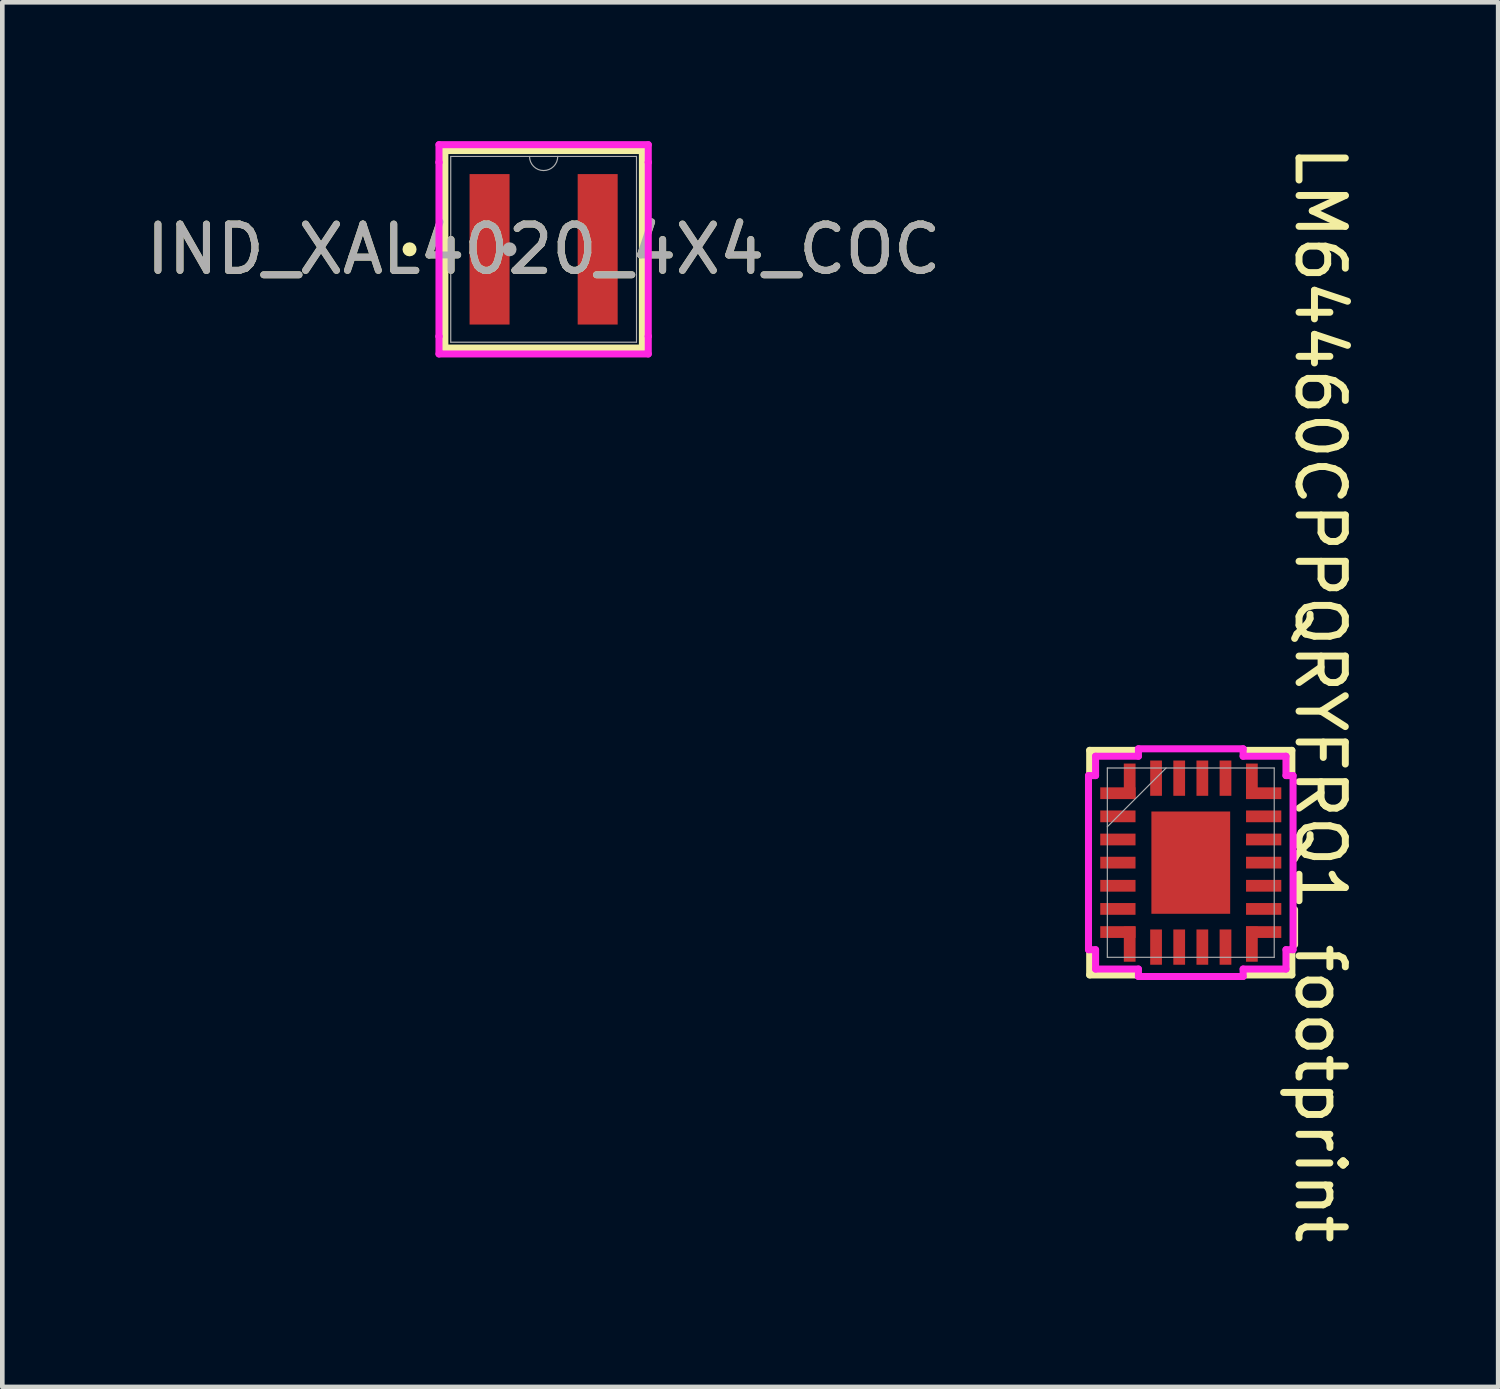
<source format=kicad_pcb>
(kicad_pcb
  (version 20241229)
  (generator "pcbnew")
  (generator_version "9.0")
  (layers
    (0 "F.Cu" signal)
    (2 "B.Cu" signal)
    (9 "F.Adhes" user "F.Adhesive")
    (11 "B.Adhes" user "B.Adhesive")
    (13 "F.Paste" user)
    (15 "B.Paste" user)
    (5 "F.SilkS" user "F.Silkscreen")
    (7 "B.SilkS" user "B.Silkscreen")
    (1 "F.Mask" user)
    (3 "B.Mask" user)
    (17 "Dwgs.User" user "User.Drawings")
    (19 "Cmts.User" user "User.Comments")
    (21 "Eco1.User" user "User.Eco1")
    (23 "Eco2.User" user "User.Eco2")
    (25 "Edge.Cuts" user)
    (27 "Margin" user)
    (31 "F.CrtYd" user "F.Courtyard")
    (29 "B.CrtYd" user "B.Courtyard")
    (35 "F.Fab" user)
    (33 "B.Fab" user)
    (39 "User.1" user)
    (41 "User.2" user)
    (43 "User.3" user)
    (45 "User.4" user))
  (footprint "IND_XAL4020_4X4_COC"
    (layer "F.Cu")
    (at 8.696 2.337)
    (property "Reference" "IND_XAL4020_4X4_COC" (at 0 0 0) (unlocked yes) (layer "F.SilkS") (effects (font (size 1 1) (thickness 0.15))))
    (attr smd)
    (fp_line (start -2.134 -2.134) (end -2.134 2.134) (stroke (width 0.152) (type solid)) (layer "F.SilkS"))
    (fp_line (start -2.134 2.134) (end 2.134 2.134) (stroke (width 0.152) (type solid)) (layer "F.SilkS"))
    (fp_line (start 2.134 -2.134) (end -2.134 -2.134) (stroke (width 0.152) (type solid)) (layer "F.SilkS"))
    (fp_line (start 2.134 2.134) (end 2.134 -2.134) (stroke (width 0.152) (type solid)) (layer "F.SilkS"))
    (fp_circle (center -2.897 0) (end -2.821 0) (stroke (width 0.152) (type solid)) (fill no) (layer "F.SilkS"))
    (fp_line (start -2.261 -2.261) (end 2.261 -2.261) (stroke (width 0.152) (type solid)) (layer "F.CrtYd"))
    (fp_line (start -2.261 -1.88) (end -2.261 -2.261) (stroke (width 0.152) (type solid)) (layer "F.CrtYd"))
    (fp_line (start -2.261 -1.88) (end -2.261 -1.88) (stroke (width 0.152) (type solid)) (layer "F.CrtYd"))
    (fp_line (start -2.261 1.88) (end -2.261 -1.88) (stroke (width 0.152) (type solid)) (layer "F.CrtYd"))
    (fp_line (start -2.261 1.88) (end -2.261 1.88) (stroke (width 0.152) (type solid)) (layer "F.CrtYd"))
    (fp_line (start -2.261 2.261) (end -2.261 1.88) (stroke (width 0.152) (type solid)) (layer "F.CrtYd"))
    (fp_line (start 2.261 -2.261) (end 2.261 -1.88) (stroke (width 0.152) (type solid)) (layer "F.CrtYd"))
    (fp_line (start 2.261 -1.88) (end 2.261 -1.88) (stroke (width 0.152) (type solid)) (layer "F.CrtYd"))
    (fp_line (start 2.261 -1.88) (end 2.261 1.88) (stroke (width 0.152) (type solid)) (layer "F.CrtYd"))
    (fp_line (start 2.261 1.88) (end 2.261 1.88) (stroke (width 0.152) (type solid)) (layer "F.CrtYd"))
    (fp_line (start 2.261 1.88) (end 2.261 2.261) (stroke (width 0.152) (type solid)) (layer "F.CrtYd"))
    (fp_line (start 2.261 2.261) (end -2.261 2.261) (stroke (width 0.152) (type solid)) (layer "F.CrtYd"))
    (fp_line (start -2.007 -2.007) (end -2.007 2.007) (stroke (width 0.025) (type solid)) (layer "F.Fab"))
    (fp_line (start -2.007 2.007) (end 2.007 2.007) (stroke (width 0.025) (type solid)) (layer "F.Fab"))
    (fp_line (start 2.007 -2.007) (end -2.007 -2.007) (stroke (width 0.025) (type solid)) (layer "F.Fab"))
    (fp_line (start 2.007 2.007) (end 2.007 -2.007) (stroke (width 0.025) (type solid)) (layer "F.Fab"))
    (fp_arc (start 0.3048 -2.0066) (mid 0 -1.7018) (end -0.3048 -2.0066) (stroke (width 0.0254) (type solid)) (layer "F.Fab"))
    (fp_circle (center -0.737 0) (end -0.737 0) (stroke (width 0.152) (type solid)) (fill no) (layer "F.Fab"))
    (fp_text user "${REFERENCE}" (at 0 0 0) (unlocked yes) (layer "F.Fab") (effects (font (size 1 1) (thickness 0.15))))
    (pad "1" smd rect (at -1.168 0) (size 0.864 3.251) (layers "F.Cu" "F.Mask" "F.Paste"))
    (pad "2" smd rect (at 1.168 0) (size 0.864 3.251) (layers "F.Cu" "F.Mask" "F.Paste")))
  (footprint "LM64460CPPQRYFRQ1_footprint"
    (layer "F.Cu")
    (at 22.679 15.589)
    (property "Reference" "LM64460CPPQRYFRQ1_footprint" (at 2.794 -3.63 270) (unlocked yes) (layer "F.SilkS") (effects (font (size 1 1) (thickness 0.15))))
    (attr smd)
    (fp_line (start -2.184 -2.426) (end -2.184 -1.869) (stroke (width 0.152) (type solid)) (layer "F.SilkS"))
    (fp_line (start -2.184 1.869) (end -2.184 2.426) (stroke (width 0.152) (type solid)) (layer "F.SilkS"))
    (fp_line (start -2.184 2.426) (end -1.127 2.426) (stroke (width 0.152) (type solid)) (layer "F.SilkS"))
    (fp_line (start -1.127 -2.426) (end -2.184 -2.426) (stroke (width 0.152) (type solid)) (layer "F.SilkS"))
    (fp_line (start 1.127 2.426) (end 2.184 2.426) (stroke (width 0.152) (type solid)) (layer "F.SilkS"))
    (fp_line (start 2.184 -2.426) (end 1.127 -2.426) (stroke (width 0.152) (type solid)) (layer "F.SilkS"))
    (fp_line (start 2.184 -1.869) (end 2.184 -2.426) (stroke (width 0.152) (type solid)) (layer "F.SilkS"))
    (fp_line (start 2.184 2.426) (end 2.184 1.869) (stroke (width 0.152) (type solid)) (layer "F.SilkS"))
    (fp_line (start -2.21 -1.881) (end -2.057 -1.881) (stroke (width 0.152) (type solid)) (layer "F.CrtYd"))
    (fp_line (start -2.21 1.881) (end -2.21 -1.881) (stroke (width 0.152) (type solid)) (layer "F.CrtYd"))
    (fp_line (start -2.057 -2.299) (end -1.131 -2.299) (stroke (width 0.152) (type solid)) (layer "F.CrtYd"))
    (fp_line (start -2.057 -1.881) (end -2.057 -2.299) (stroke (width 0.152) (type solid)) (layer "F.CrtYd"))
    (fp_line (start -2.057 1.881) (end -2.21 1.881) (stroke (width 0.152) (type solid)) (layer "F.CrtYd"))
    (fp_line (start -2.057 2.299) (end -2.057 1.881) (stroke (width 0.152) (type solid)) (layer "F.CrtYd"))
    (fp_line (start -1.131 -2.46) (end 1.131 -2.46) (stroke (width 0.152) (type solid)) (layer "F.CrtYd"))
    (fp_line (start -1.131 -2.299) (end -1.131 -2.46) (stroke (width 0.152) (type solid)) (layer "F.CrtYd"))
    (fp_line (start -1.131 2.299) (end -2.057 2.299) (stroke (width 0.152) (type solid)) (layer "F.CrtYd"))
    (fp_line (start -1.131 2.46) (end -1.131 2.299) (stroke (width 0.152) (type solid)) (layer "F.CrtYd"))
    (fp_line (start 1.131 -2.46) (end 1.131 -2.299) (stroke (width 0.152) (type solid)) (layer "F.CrtYd"))
    (fp_line (start 1.131 -2.299) (end 2.057 -2.299) (stroke (width 0.152) (type solid)) (layer "F.CrtYd"))
    (fp_line (start 1.131 2.299) (end 1.131 2.46) (stroke (width 0.152) (type solid)) (layer "F.CrtYd"))
    (fp_line (start 1.131 2.46) (end -1.131 2.46) (stroke (width 0.152) (type solid)) (layer "F.CrtYd"))
    (fp_line (start 2.057 -2.299) (end 2.057 -1.881) (stroke (width 0.152) (type solid)) (layer "F.CrtYd"))
    (fp_line (start 2.057 -1.881) (end 2.21 -1.881) (stroke (width 0.152) (type solid)) (layer "F.CrtYd"))
    (fp_line (start 2.057 1.881) (end 2.057 2.299) (stroke (width 0.152) (type solid)) (layer "F.CrtYd"))
    (fp_line (start 2.057 2.299) (end 1.131 2.299) (stroke (width 0.152) (type solid)) (layer "F.CrtYd"))
    (fp_line (start 2.21 -1.881) (end 2.21 1.881) (stroke (width 0.152) (type solid)) (layer "F.CrtYd"))
    (fp_line (start 2.21 1.881) (end 2.057 1.881) (stroke (width 0.152) (type solid)) (layer "F.CrtYd"))
    (fp_line (start -1.803 -2.045) (end -1.803 2.045) (stroke (width 0.025) (type solid)) (layer "F.Fab"))
    (fp_line (start -1.803 -0.775) (end -0.533 -2.045) (stroke (width 0.025) (type solid)) (layer "F.Fab"))
    (fp_line (start -1.803 2.045) (end 1.803 2.045) (stroke (width 0.025) (type solid)) (layer "F.Fab"))
    (fp_line (start 1.803 -2.045) (end -1.803 -2.045) (stroke (width 0.025) (type solid)) (layer "F.Fab"))
    (fp_line (start 1.803 2.045) (end 1.803 -2.045) (stroke (width 0.025) (type solid)) (layer "F.Fab"))
    (pad "1" smd rect (at -1.575 -1.5 90) (size 0.254 0.762) (layers "F.Cu" "F.Mask" "F.Paste"))
    (pad "1" smd rect (at -1.32 -1.76 180) (size 0.254 0.762) (layers "F.Cu" "F.Mask" "F.Paste"))
    (pad "2" smd rect (at -1.575 -1 90) (size 0.254 0.762) (layers "F.Cu" "F.Mask" "F.Paste"))
    (pad "3" smd rect (at -1.575 -0.5 90) (size 0.254 0.762) (layers "F.Cu" "F.Mask" "F.Paste"))
    (pad "4" smd rect (at -1.575 0 90) (size 0.254 0.762) (layers "F.Cu" "F.Mask" "F.Paste"))
    (pad "5" smd rect (at -1.575 0.5 90) (size 0.254 0.762) (layers "F.Cu" "F.Mask" "F.Paste"))
    (pad "6" smd rect (at -1.575 1 90) (size 0.254 0.762) (layers "F.Cu" "F.Mask" "F.Paste"))
    (pad "7" smd rect (at -1.575 1.5 90) (size 0.254 0.762) (layers "F.Cu" "F.Mask" "F.Paste"))
    (pad "7" smd rect (at -1.32 1.76 180) (size 0.254 0.762) (layers "F.Cu" "F.Mask" "F.Paste"))
    (pad "8" smd rect (at -0.75 1.825) (size 0.254 0.762) (layers "F.Cu" "F.Mask" "F.Paste"))
    (pad "9" smd rect (at -0.25 1.825) (size 0.254 0.762) (layers "F.Cu" "F.Mask" "F.Paste"))
    (pad "10" smd rect (at 0.25 1.825) (size 0.254 0.762) (layers "F.Cu" "F.Mask" "F.Paste"))
    (pad "11" smd rect (at 0.75 1.825) (size 0.254 0.762) (layers "F.Cu" "F.Mask" "F.Paste"))
    (pad "12" smd rect (at 1.32 1.76 180) (size 0.254 0.762) (layers "F.Cu" "F.Mask" "F.Paste"))
    (pad "12" smd rect (at 1.575 1.5 90) (size 0.254 0.762) (layers "F.Cu" "F.Mask" "F.Paste"))
    (pad "13" smd rect (at 1.575 1 90) (size 0.254 0.762) (layers "F.Cu" "F.Mask" "F.Paste"))
    (pad "14" smd rect (at 1.575 0.5 90) (size 0.254 0.762) (layers "F.Cu" "F.Mask" "F.Paste"))
    (pad "15" smd rect (at 1.575 0 90) (size 0.254 0.762) (layers "F.Cu" "F.Mask" "F.Paste"))
    (pad "16" smd rect (at 1.575 -0.5 90) (size 0.254 0.762) (layers "F.Cu" "F.Mask" "F.Paste"))
    (pad "17" smd rect (at 1.575 -1 90) (size 0.254 0.762) (layers "F.Cu" "F.Mask" "F.Paste"))
    (pad "18" smd rect (at 1.32 -1.76 180) (size 0.254 0.762) (layers "F.Cu" "F.Mask" "F.Paste"))
    (pad "18" smd rect (at 1.575 -1.5 90) (size 0.254 0.762) (layers "F.Cu" "F.Mask" "F.Paste"))
    (pad "19" smd rect (at 0.75 -1.825) (size 0.254 0.762) (layers "F.Cu" "F.Mask" "F.Paste"))
    (pad "20" smd rect (at 0.25 -1.825) (size 0.254 0.762) (layers "F.Cu" "F.Mask" "F.Paste"))
    (pad "21" smd rect (at -0.25 -1.825) (size 0.254 0.762) (layers "F.Cu" "F.Mask" "F.Paste"))
    (pad "22" smd rect (at -0.75 -1.825) (size 0.254 0.762) (layers "F.Cu" "F.Mask" "F.Paste"))
    (pad "23" smd rect (at 0 0) (size 1.702 2.21) (layers "F.Cu" "F.Mask" "F.Paste")))
  (gr_rect
    (start -3 -3)
    (end 29.321 26.917)
    (stroke (width 0.1) (type default))
    (fill no)
    (layer "Edge.Cuts")))
</source>
